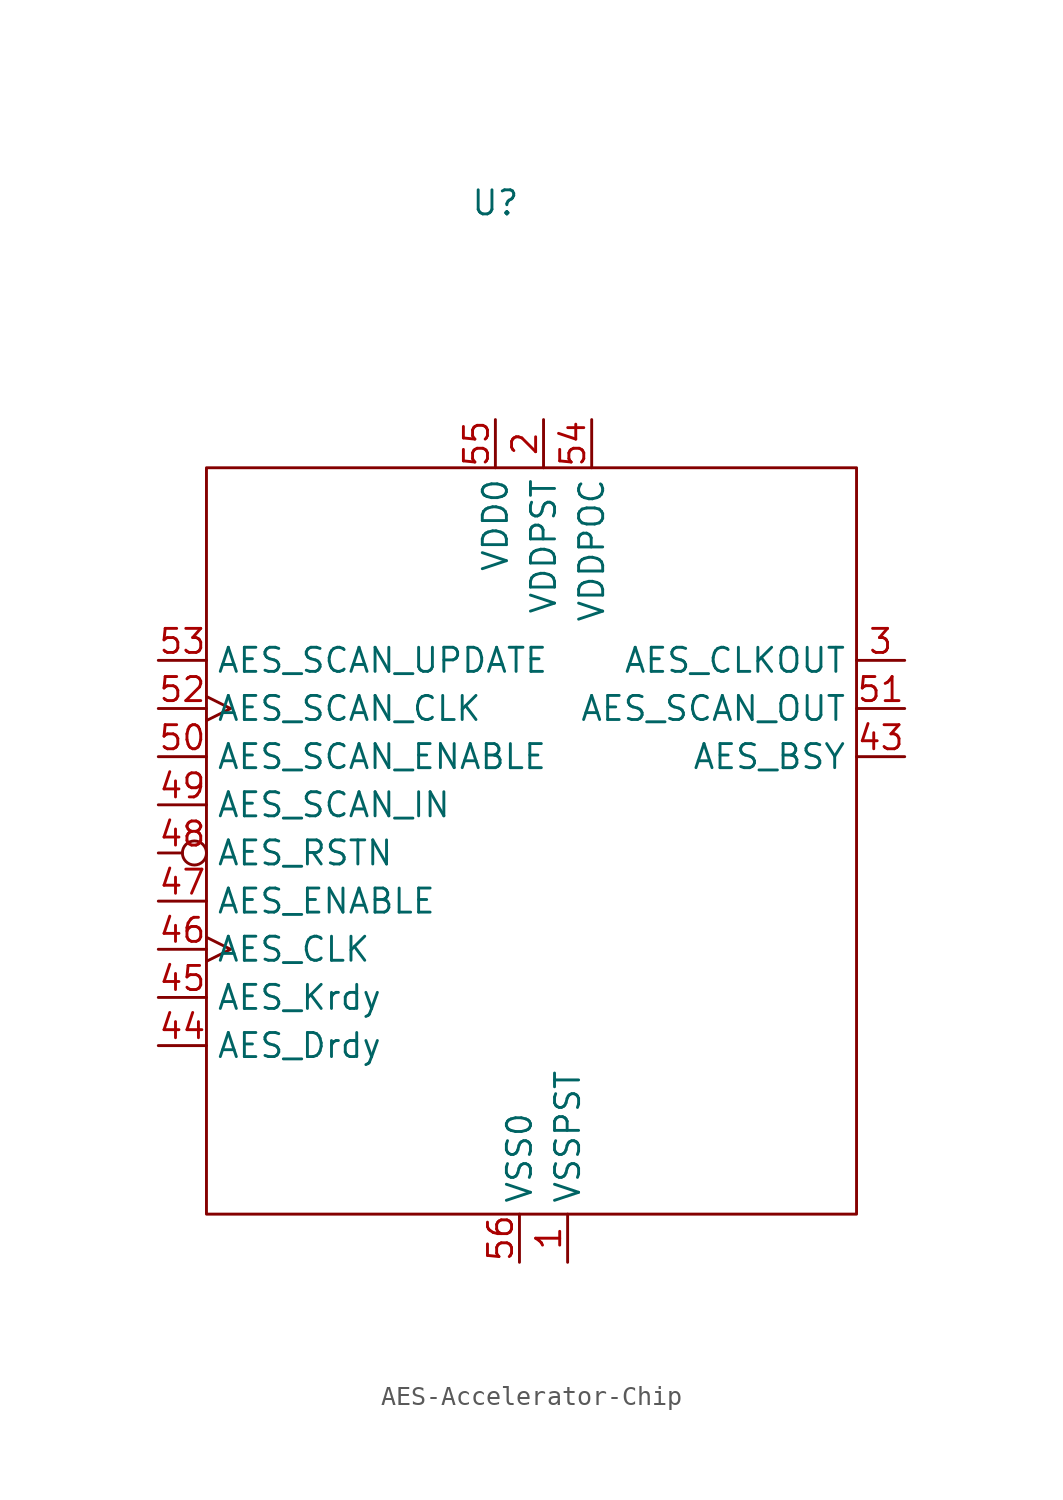
<source format=kicad_sym>
(kicad_symbol_lib
  (version 20220914)
  (generator kicad_symbol_editor)
  (symbol "AES-Accelerator-Chip"
    (property "Reference" "U"
      (at -2.54 10.16 0)
      (effects (font (size 1.27 1.27))))
    (property "Value" ""
      (at 0 -1.27 0)
      (effects (font (size 1.27 1.27))))
    (symbol "AES-Accelerator-Chip_1_1"
      (rectangle (start -17.78 -3.81) (end 16.51 -43.18) (stroke (width 0) (type default)) (fill (type none)))
      (pin power_in line (at 1.27 -45.72 90) (length 2.54) (name "VSSPST" (effects (font (size 1.27 1.27)))) (number "1" (effects (font (size 1.27 1.27)))))
      (pin power_in line (at 0 -1.27 270) (length 2.54) (name "VDDPST" (effects (font (size 1.27 1.27)))) (number "2" (effects (font (size 1.27 1.27)))))
      (pin output line (at 19.05 -13.97 180) (length 2.54) (name "AES_CLKOUT" (effects (font (size 1.27 1.27)))) (number "3" (effects (font (size 1.27 1.27)))))
      (pin output line (at 19.05 -19.05 180) (length 2.54) (name "AES_BSY" (effects (font (size 1.27 1.27)))) (number "43" (effects (font (size 1.27 1.27)))))
      (pin input line (at -20.32 -34.29 0) (length 2.54) (name "AES_Drdy" (effects (font (size 1.27 1.27)))) (number "44" (effects (font (size 1.27 1.27)))))
      (pin input line (at -20.32 -31.75 0) (length 2.54) (name "AES_Krdy" (effects (font (size 1.27 1.27)))) (number "45" (effects (font (size 1.27 1.27)))))
      (pin input clock (at -20.32 -29.21 0) (length 2.54) (name "AES_CLK" (effects (font (size 1.27 1.27)))) (number "46" (effects (font (size 1.27 1.27)))))
      (pin input line (at -20.32 -26.67 0) (length 2.54) (name "AES_ENABLE" (effects (font (size 1.27 1.27)))) (number "47" (effects (font (size 1.27 1.27)))))
      (pin input inverted (at -20.32 -24.13 0) (length 2.54) (name "AES_RSTN" (effects (font (size 1.27 1.27)))) (number "48" (effects (font (size 1.27 1.27)))))
      (pin input line (at -20.32 -21.59 0) (length 2.54) (name "AES_SCAN_IN" (effects (font (size 1.27 1.27)))) (number "49" (effects (font (size 1.27 1.27)))))
      (pin input line (at -20.32 -19.05 0) (length 2.54) (name "AES_SCAN_ENABLE" (effects (font (size 1.27 1.27)))) (number "50" (effects (font (size 1.27 1.27)))))
      (pin output line (at 19.05 -16.51 180) (length 2.54) (name "AES_SCAN_OUT" (effects (font (size 1.27 1.27)))) (number "51" (effects (font (size 1.27 1.27)))))
      (pin input clock (at -20.32 -16.51 0) (length 2.54) (name "AES_SCAN_CLK" (effects (font (size 1.27 1.27)))) (number "52" (effects (font (size 1.27 1.27)))))
      (pin input line (at -20.32 -13.97 0) (length 2.54) (name "AES_SCAN_UPDATE" (effects (font (size 1.27 1.27)))) (number "53" (effects (font (size 1.27 1.27)))))
      (pin power_in line (at 2.54 -1.27 270) (length 2.54) (name "VDDPOC" (effects (font (size 1.27 1.27)))) (number "54" (effects (font (size 1.27 1.27)))))
      (pin power_in line (at -2.54 -1.27 270) (length 2.54) (name "VDD0" (effects (font (size 1.27 1.27)))) (number "55" (effects (font (size 1.27 1.27)))))
      (pin power_in line (at -1.27 -45.72 90) (length 2.54) (name "VSS0" (effects (font (size 1.27 1.27)))) (number "56" (effects (font (size 1.27 1.27))))))))
</source>
